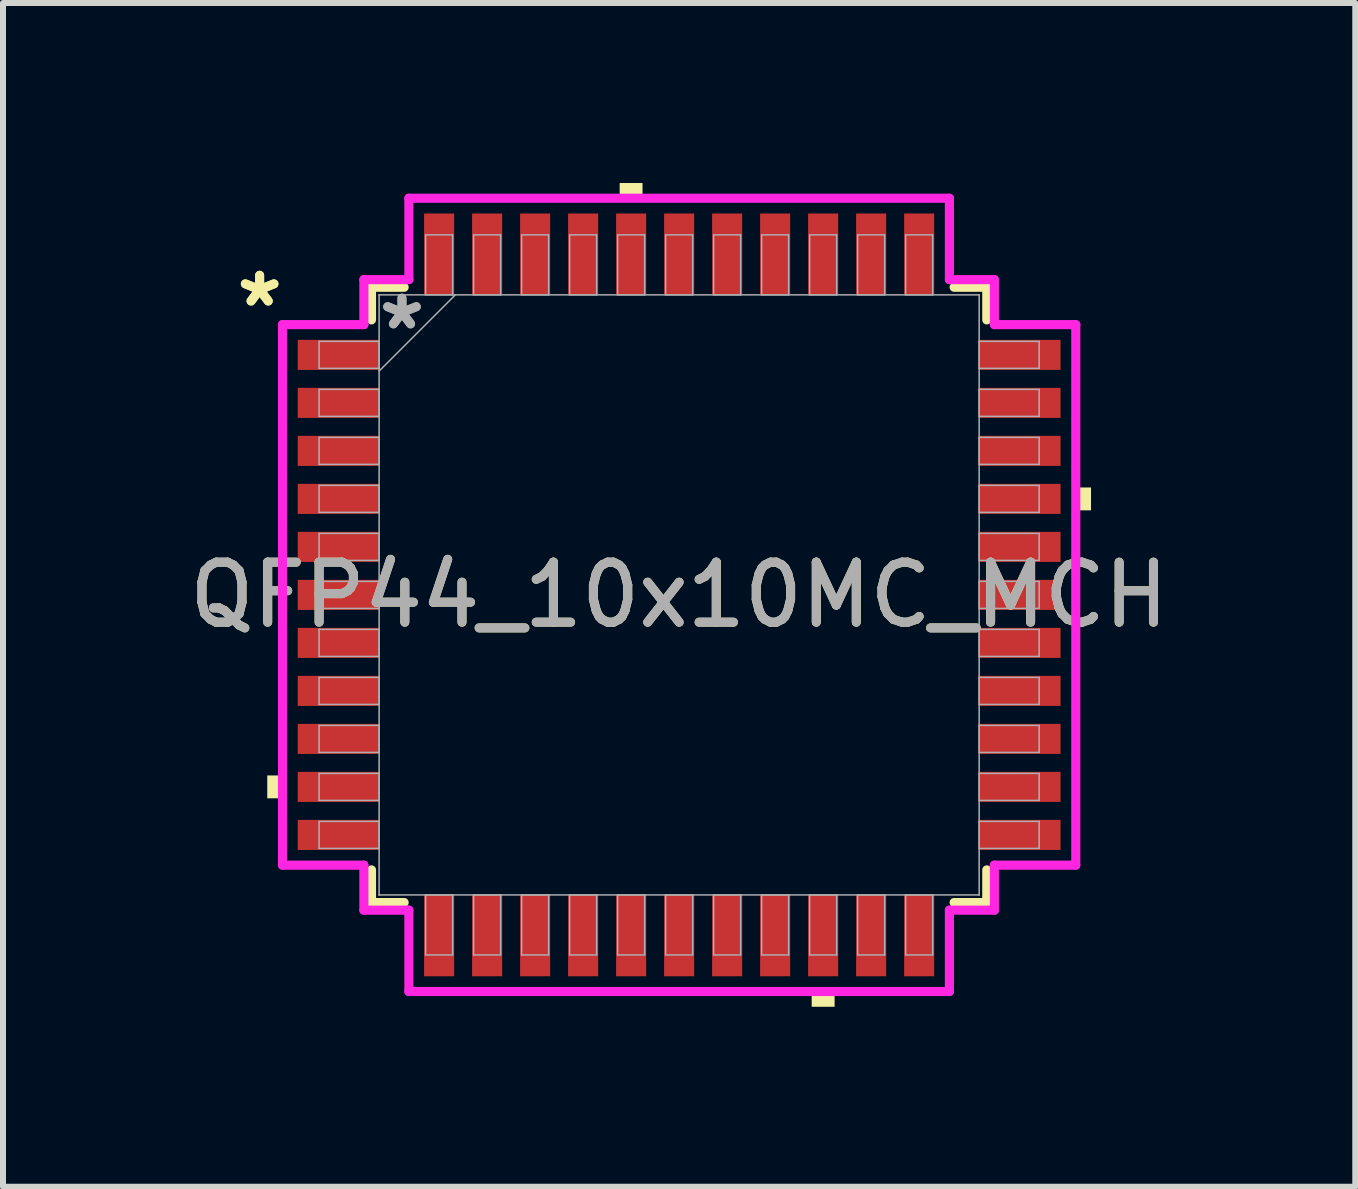
<source format=kicad_pcb>
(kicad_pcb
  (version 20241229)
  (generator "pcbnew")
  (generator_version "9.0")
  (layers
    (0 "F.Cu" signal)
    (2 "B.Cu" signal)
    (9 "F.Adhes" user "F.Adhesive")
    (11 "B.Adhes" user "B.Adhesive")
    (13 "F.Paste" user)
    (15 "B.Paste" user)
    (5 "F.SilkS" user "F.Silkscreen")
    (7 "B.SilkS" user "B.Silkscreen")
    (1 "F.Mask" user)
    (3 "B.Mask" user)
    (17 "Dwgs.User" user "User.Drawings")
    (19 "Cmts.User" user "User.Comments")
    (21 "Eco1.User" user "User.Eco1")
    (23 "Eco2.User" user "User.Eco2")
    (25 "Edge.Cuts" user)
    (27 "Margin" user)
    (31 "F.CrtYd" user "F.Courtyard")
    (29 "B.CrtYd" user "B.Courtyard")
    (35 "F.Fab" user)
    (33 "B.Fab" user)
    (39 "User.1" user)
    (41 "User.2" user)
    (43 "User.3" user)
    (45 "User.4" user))
  (footprint "QFP44_10x10MC_MCH"
    (layer "F.Cu")
    (at 8.268 6.864)
    (property "Reference" "QFP44_10x10MC_MCH" (at 0 0 0) (unlocked yes) (layer "F.SilkS") (effects (font (size 1 1) (thickness 0.15))))
    (attr smd)
    (fp_line (start -5.127 -5.127) (end -5.127 -4.583) (stroke (width 0.152) (type solid)) (layer "F.SilkS"))
    (fp_line (start -5.127 4.583) (end -5.127 5.127) (stroke (width 0.152) (type solid)) (layer "F.SilkS"))
    (fp_line (start -5.127 5.127) (end -4.583 5.127) (stroke (width 0.152) (type solid)) (layer "F.SilkS"))
    (fp_line (start -4.583 -5.127) (end -5.127 -5.127) (stroke (width 0.152) (type solid)) (layer "F.SilkS"))
    (fp_line (start 4.583 5.127) (end 5.127 5.127) (stroke (width 0.152) (type solid)) (layer "F.SilkS"))
    (fp_line (start 5.127 -5.127) (end 4.583 -5.127) (stroke (width 0.152) (type solid)) (layer "F.SilkS"))
    (fp_line (start 5.127 -4.583) (end 5.127 -5.127) (stroke (width 0.152) (type solid)) (layer "F.SilkS"))
    (fp_line (start 5.127 5.127) (end 5.127 4.583) (stroke (width 0.152) (type solid)) (layer "F.SilkS"))
    (fp_poly (pts (xy -6.864 3.009) (xy -6.864 3.39) (xy -6.61 3.39) (xy -6.61 3.009)) (stroke (width 0) (type solid)) (fill yes) (layer "F.SilkS"))
    (fp_poly (pts (xy -0.991 -6.61) (xy -0.991 -6.864) (xy -0.61 -6.864) (xy -0.61 -6.61)) (stroke (width 0) (type solid)) (fill yes) (layer "F.SilkS"))
    (fp_poly (pts (xy 2.209 6.61) (xy 2.209 6.864) (xy 2.591 6.864) (xy 2.591 6.61)) (stroke (width 0) (type solid)) (fill yes) (layer "F.SilkS"))
    (fp_poly (pts (xy 6.864 -1.79) (xy 6.864 -1.409) (xy 6.61 -1.409) (xy 6.61 -1.79)) (stroke (width 0) (type solid)) (fill yes) (layer "F.SilkS"))
    (fp_line (start -6.61 -4.504) (end -5.254 -4.504) (stroke (width 0.152) (type solid)) (layer "F.CrtYd"))
    (fp_line (start -6.61 4.504) (end -6.61 -4.504) (stroke (width 0.152) (type solid)) (layer "F.CrtYd"))
    (fp_line (start -5.254 -5.254) (end -4.504 -5.254) (stroke (width 0.152) (type solid)) (layer "F.CrtYd"))
    (fp_line (start -5.254 -4.504) (end -5.254 -5.254) (stroke (width 0.152) (type solid)) (layer "F.CrtYd"))
    (fp_line (start -5.254 4.504) (end -6.61 4.504) (stroke (width 0.152) (type solid)) (layer "F.CrtYd"))
    (fp_line (start -5.254 5.254) (end -5.254 4.504) (stroke (width 0.152) (type solid)) (layer "F.CrtYd"))
    (fp_line (start -5.254 5.254) (end -4.504 5.254) (stroke (width 0.152) (type solid)) (layer "F.CrtYd"))
    (fp_line (start -4.504 -6.61) (end 4.504 -6.61) (stroke (width 0.152) (type solid)) (layer "F.CrtYd"))
    (fp_line (start -4.504 -5.254) (end -4.504 -6.61) (stroke (width 0.152) (type solid)) (layer "F.CrtYd"))
    (fp_line (start -4.504 5.254) (end -4.504 6.61) (stroke (width 0.152) (type solid)) (layer "F.CrtYd"))
    (fp_line (start -4.504 6.61) (end 4.504 6.61) (stroke (width 0.152) (type solid)) (layer "F.CrtYd"))
    (fp_line (start 4.504 -6.61) (end 4.504 -5.254) (stroke (width 0.152) (type solid)) (layer "F.CrtYd"))
    (fp_line (start 4.504 -5.254) (end 5.254 -5.254) (stroke (width 0.152) (type solid)) (layer "F.CrtYd"))
    (fp_line (start 4.504 5.254) (end 5.254 5.254) (stroke (width 0.152) (type solid)) (layer "F.CrtYd"))
    (fp_line (start 4.504 6.61) (end 4.504 5.254) (stroke (width 0.152) (type solid)) (layer "F.CrtYd"))
    (fp_line (start 5.254 -4.504) (end 5.254 -5.254) (stroke (width 0.152) (type solid)) (layer "F.CrtYd"))
    (fp_line (start 5.254 4.504) (end 6.61 4.504) (stroke (width 0.152) (type solid)) (layer "F.CrtYd"))
    (fp_line (start 5.254 5.254) (end 5.254 4.504) (stroke (width 0.152) (type solid)) (layer "F.CrtYd"))
    (fp_line (start 6.61 -4.504) (end 5.254 -4.504) (stroke (width 0.152) (type solid)) (layer "F.CrtYd"))
    (fp_line (start 6.61 4.504) (end 6.61 -4.504) (stroke (width 0.152) (type solid)) (layer "F.CrtYd"))
    (fp_line (start -6 -4.225) (end -6 -3.775) (stroke (width 0.025) (type solid)) (layer "F.Fab"))
    (fp_line (start -6 -3.775) (end -5 -3.775) (stroke (width 0.025) (type solid)) (layer "F.Fab"))
    (fp_line (start -6 -3.425) (end -6 -2.975) (stroke (width 0.025) (type solid)) (layer "F.Fab"))
    (fp_line (start -6 -2.975) (end -5 -2.975) (stroke (width 0.025) (type solid)) (layer "F.Fab"))
    (fp_line (start -6 -2.625) (end -6 -2.175) (stroke (width 0.025) (type solid)) (layer "F.Fab"))
    (fp_line (start -6 -2.175) (end -5 -2.175) (stroke (width 0.025) (type solid)) (layer "F.Fab"))
    (fp_line (start -6 -1.825) (end -6 -1.375) (stroke (width 0.025) (type solid)) (layer "F.Fab"))
    (fp_line (start -6 -1.375) (end -5 -1.375) (stroke (width 0.025) (type solid)) (layer "F.Fab"))
    (fp_line (start -6 -1.025) (end -6 -0.575) (stroke (width 0.025) (type solid)) (layer "F.Fab"))
    (fp_line (start -6 -0.575) (end -5 -0.575) (stroke (width 0.025) (type solid)) (layer "F.Fab"))
    (fp_line (start -6 -0.225) (end -6 0.225) (stroke (width 0.025) (type solid)) (layer "F.Fab"))
    (fp_line (start -6 0.225) (end -5 0.225) (stroke (width 0.025) (type solid)) (layer "F.Fab"))
    (fp_line (start -6 0.575) (end -6 1.025) (stroke (width 0.025) (type solid)) (layer "F.Fab"))
    (fp_line (start -6 1.025) (end -5 1.025) (stroke (width 0.025) (type solid)) (layer "F.Fab"))
    (fp_line (start -6 1.375) (end -6 1.825) (stroke (width 0.025) (type solid)) (layer "F.Fab"))
    (fp_line (start -6 1.825) (end -5 1.825) (stroke (width 0.025) (type solid)) (layer "F.Fab"))
    (fp_line (start -6 2.175) (end -6 2.625) (stroke (width 0.025) (type solid)) (layer "F.Fab"))
    (fp_line (start -6 2.625) (end -5 2.625) (stroke (width 0.025) (type solid)) (layer "F.Fab"))
    (fp_line (start -6 2.975) (end -6 3.425) (stroke (width 0.025) (type solid)) (layer "F.Fab"))
    (fp_line (start -6 3.425) (end -5 3.425) (stroke (width 0.025) (type solid)) (layer "F.Fab"))
    (fp_line (start -6 3.775) (end -6 4.225) (stroke (width 0.025) (type solid)) (layer "F.Fab"))
    (fp_line (start -6 4.225) (end -5 4.225) (stroke (width 0.025) (type solid)) (layer "F.Fab"))
    (fp_line (start -5 -5) (end -5 -5) (stroke (width 0.025) (type solid)) (layer "F.Fab"))
    (fp_line (start -5 -5) (end -5 5) (stroke (width 0.025) (type solid)) (layer "F.Fab"))
    (fp_line (start -5 -4.225) (end -6 -4.225) (stroke (width 0.025) (type solid)) (layer "F.Fab"))
    (fp_line (start -5 -3.775) (end -5 -4.225) (stroke (width 0.025) (type solid)) (layer "F.Fab"))
    (fp_line (start -5 -3.73) (end -3.73 -5) (stroke (width 0.025) (type solid)) (layer "F.Fab"))
    (fp_line (start -5 -3.425) (end -6 -3.425) (stroke (width 0.025) (type solid)) (layer "F.Fab"))
    (fp_line (start -5 -2.975) (end -5 -3.425) (stroke (width 0.025) (type solid)) (layer "F.Fab"))
    (fp_line (start -5 -2.625) (end -6 -2.625) (stroke (width 0.025) (type solid)) (layer "F.Fab"))
    (fp_line (start -5 -2.175) (end -5 -2.625) (stroke (width 0.025) (type solid)) (layer "F.Fab"))
    (fp_line (start -5 -1.825) (end -6 -1.825) (stroke (width 0.025) (type solid)) (layer "F.Fab"))
    (fp_line (start -5 -1.375) (end -5 -1.825) (stroke (width 0.025) (type solid)) (layer "F.Fab"))
    (fp_line (start -5 -1.025) (end -6 -1.025) (stroke (width 0.025) (type solid)) (layer "F.Fab"))
    (fp_line (start -5 -0.575) (end -5 -1.025) (stroke (width 0.025) (type solid)) (layer "F.Fab"))
    (fp_line (start -5 -0.225) (end -6 -0.225) (stroke (width 0.025) (type solid)) (layer "F.Fab"))
    (fp_line (start -5 0.225) (end -5 -0.225) (stroke (width 0.025) (type solid)) (layer "F.Fab"))
    (fp_line (start -5 0.575) (end -6 0.575) (stroke (width 0.025) (type solid)) (layer "F.Fab"))
    (fp_line (start -5 1.025) (end -5 0.575) (stroke (width 0.025) (type solid)) (layer "F.Fab"))
    (fp_line (start -5 1.375) (end -6 1.375) (stroke (width 0.025) (type solid)) (layer "F.Fab"))
    (fp_line (start -5 1.825) (end -5 1.375) (stroke (width 0.025) (type solid)) (layer "F.Fab"))
    (fp_line (start -5 2.175) (end -6 2.175) (stroke (width 0.025) (type solid)) (layer "F.Fab"))
    (fp_line (start -5 2.625) (end -5 2.175) (stroke (width 0.025) (type solid)) (layer "F.Fab"))
    (fp_line (start -5 2.975) (end -6 2.975) (stroke (width 0.025) (type solid)) (layer "F.Fab"))
    (fp_line (start -5 3.425) (end -5 2.975) (stroke (width 0.025) (type solid)) (layer "F.Fab"))
    (fp_line (start -5 3.775) (end -6 3.775) (stroke (width 0.025) (type solid)) (layer "F.Fab"))
    (fp_line (start -5 4.225) (end -5 3.775) (stroke (width 0.025) (type solid)) (layer "F.Fab"))
    (fp_line (start -5 5) (end -5 5) (stroke (width 0.025) (type solid)) (layer "F.Fab"))
    (fp_line (start -5 5) (end 5 5) (stroke (width 0.025) (type solid)) (layer "F.Fab"))
    (fp_line (start -4.225 5) (end -4.225 6) (stroke (width 0.025) (type solid)) (layer "F.Fab"))
    (fp_line (start -4.225 6) (end -3.775 6) (stroke (width 0.025) (type solid)) (layer "F.Fab"))
    (fp_line (start -4.225 -6) (end -4.225 -5) (stroke (width 0.025) (type solid)) (layer "F.Fab"))
    (fp_line (start -4.225 -5) (end -3.775 -5) (stroke (width 0.025) (type solid)) (layer "F.Fab"))
    (fp_line (start -3.775 5) (end -4.225 5) (stroke (width 0.025) (type solid)) (layer "F.Fab"))
    (fp_line (start -3.775 6) (end -3.775 5) (stroke (width 0.025) (type solid)) (layer "F.Fab"))
    (fp_line (start -3.775 -6) (end -4.225 -6) (stroke (width 0.025) (type solid)) (layer "F.Fab"))
    (fp_line (start -3.775 -5) (end -3.775 -6) (stroke (width 0.025) (type solid)) (layer "F.Fab"))
    (fp_line (start -3.425 -6) (end -3.425 -5) (stroke (width 0.025) (type solid)) (layer "F.Fab"))
    (fp_line (start -3.425 -5) (end -2.975 -5) (stroke (width 0.025) (type solid)) (layer "F.Fab"))
    (fp_line (start -3.425 5) (end -3.425 6) (stroke (width 0.025) (type solid)) (layer "F.Fab"))
    (fp_line (start -3.425 6) (end -2.975 6) (stroke (width 0.025) (type solid)) (layer "F.Fab"))
    (fp_line (start -2.975 5) (end -3.425 5) (stroke (width 0.025) (type solid)) (layer "F.Fab"))
    (fp_line (start -2.975 6) (end -2.975 5) (stroke (width 0.025) (type solid)) (layer "F.Fab"))
    (fp_line (start -2.975 -6) (end -3.425 -6) (stroke (width 0.025) (type solid)) (layer "F.Fab"))
    (fp_line (start -2.975 -5) (end -2.975 -6) (stroke (width 0.025) (type solid)) (layer "F.Fab"))
    (fp_line (start -2.625 -6) (end -2.625 -5) (stroke (width 0.025) (type solid)) (layer "F.Fab"))
    (fp_line (start -2.625 -5) (end -2.175 -5) (stroke (width 0.025) (type solid)) (layer "F.Fab"))
    (fp_line (start -2.625 5) (end -2.625 6) (stroke (width 0.025) (type solid)) (layer "F.Fab"))
    (fp_line (start -2.625 6) (end -2.175 6) (stroke (width 0.025) (type solid)) (layer "F.Fab"))
    (fp_line (start -2.175 -6) (end -2.625 -6) (stroke (width 0.025) (type solid)) (layer "F.Fab"))
    (fp_line (start -2.175 -5) (end -2.175 -6) (stroke (width 0.025) (type solid)) (layer "F.Fab"))
    (fp_line (start -2.175 5) (end -2.625 5) (stroke (width 0.025) (type solid)) (layer "F.Fab"))
    (fp_line (start -2.175 6) (end -2.175 5) (stroke (width 0.025) (type solid)) (layer "F.Fab"))
    (fp_line (start -1.825 -6) (end -1.825 -5) (stroke (width 0.025) (type solid)) (layer "F.Fab"))
    (fp_line (start -1.825 -5) (end -1.375 -5) (stroke (width 0.025) (type solid)) (layer "F.Fab"))
    (fp_line (start -1.825 5) (end -1.825 6) (stroke (width 0.025) (type solid)) (layer "F.Fab"))
    (fp_line (start -1.825 6) (end -1.375 6) (stroke (width 0.025) (type solid)) (layer "F.Fab"))
    (fp_line (start -1.375 -6) (end -1.825 -6) (stroke (width 0.025) (type solid)) (layer "F.Fab"))
    (fp_line (start -1.375 -5) (end -1.375 -6) (stroke (width 0.025) (type solid)) (layer "F.Fab"))
    (fp_line (start -1.375 5) (end -1.825 5) (stroke (width 0.025) (type solid)) (layer "F.Fab"))
    (fp_line (start -1.375 6) (end -1.375 5) (stroke (width 0.025) (type solid)) (layer "F.Fab"))
    (fp_line (start -1.025 -6) (end -1.025 -5) (stroke (width 0.025) (type solid)) (layer "F.Fab"))
    (fp_line (start -1.025 -5) (end -0.575 -5) (stroke (width 0.025) (type solid)) (layer "F.Fab"))
    (fp_line (start -1.025 5) (end -1.025 6) (stroke (width 0.025) (type solid)) (layer "F.Fab"))
    (fp_line (start -1.025 6) (end -0.575 6) (stroke (width 0.025) (type solid)) (layer "F.Fab"))
    (fp_line (start -0.575 -6) (end -1.025 -6) (stroke (width 0.025) (type solid)) (layer "F.Fab"))
    (fp_line (start -0.575 -5) (end -0.575 -6) (stroke (width 0.025) (type solid)) (layer "F.Fab"))
    (fp_line (start -0.575 5) (end -1.025 5) (stroke (width 0.025) (type solid)) (layer "F.Fab"))
    (fp_line (start -0.575 6) (end -0.575 5) (stroke (width 0.025) (type solid)) (layer "F.Fab"))
    (fp_line (start -0.225 -6) (end -0.225 -5) (stroke (width 0.025) (type solid)) (layer "F.Fab"))
    (fp_line (start -0.225 -5) (end 0.225 -5) (stroke (width 0.025) (type solid)) (layer "F.Fab"))
    (fp_line (start -0.225 5) (end -0.225 6) (stroke (width 0.025) (type solid)) (layer "F.Fab"))
    (fp_line (start -0.225 6) (end 0.225 6) (stroke (width 0.025) (type solid)) (layer "F.Fab"))
    (fp_line (start 0.225 -6) (end -0.225 -6) (stroke (width 0.025) (type solid)) (layer "F.Fab"))
    (fp_line (start 0.225 -5) (end 0.225 -6) (stroke (width 0.025) (type solid)) (layer "F.Fab"))
    (fp_line (start 0.225 5) (end -0.225 5) (stroke (width 0.025) (type solid)) (layer "F.Fab"))
    (fp_line (start 0.225 6) (end 0.225 5) (stroke (width 0.025) (type solid)) (layer "F.Fab"))
    (fp_line (start 0.575 -6) (end 0.575 -5) (stroke (width 0.025) (type solid)) (layer "F.Fab"))
    (fp_line (start 0.575 -5) (end 1.025 -5) (stroke (width 0.025) (type solid)) (layer "F.Fab"))
    (fp_line (start 0.575 5) (end 0.575 6) (stroke (width 0.025) (type solid)) (layer "F.Fab"))
    (fp_line (start 0.575 6) (end 1.025 6) (stroke (width 0.025) (type solid)) (layer "F.Fab"))
    (fp_line (start 1.025 -6) (end 0.575 -6) (stroke (width 0.025) (type solid)) (layer "F.Fab"))
    (fp_line (start 1.025 -5) (end 1.025 -6) (stroke (width 0.025) (type solid)) (layer "F.Fab"))
    (fp_line (start 1.025 5) (end 0.575 5) (stroke (width 0.025) (type solid)) (layer "F.Fab"))
    (fp_line (start 1.025 6) (end 1.025 5) (stroke (width 0.025) (type solid)) (layer "F.Fab"))
    (fp_line (start 1.375 -6) (end 1.375 -5) (stroke (width 0.025) (type solid)) (layer "F.Fab"))
    (fp_line (start 1.375 -5) (end 1.825 -5) (stroke (width 0.025) (type solid)) (layer "F.Fab"))
    (fp_line (start 1.375 5) (end 1.375 6) (stroke (width 0.025) (type solid)) (layer "F.Fab"))
    (fp_line (start 1.375 6) (end 1.825 6) (stroke (width 0.025) (type solid)) (layer "F.Fab"))
    (fp_line (start 1.825 -6) (end 1.375 -6) (stroke (width 0.025) (type solid)) (layer "F.Fab"))
    (fp_line (start 1.825 -5) (end 1.825 -6) (stroke (width 0.025) (type solid)) (layer "F.Fab"))
    (fp_line (start 1.825 5) (end 1.375 5) (stroke (width 0.025) (type solid)) (layer "F.Fab"))
    (fp_line (start 1.825 6) (end 1.825 5) (stroke (width 0.025) (type solid)) (layer "F.Fab"))
    (fp_line (start 2.175 -6) (end 2.175 -5) (stroke (width 0.025) (type solid)) (layer "F.Fab"))
    (fp_line (start 2.175 -5) (end 2.625 -5) (stroke (width 0.025) (type solid)) (layer "F.Fab"))
    (fp_line (start 2.175 5) (end 2.175 6) (stroke (width 0.025) (type solid)) (layer "F.Fab"))
    (fp_line (start 2.175 6) (end 2.625 6) (stroke (width 0.025) (type solid)) (layer "F.Fab"))
    (fp_line (start 2.625 -6) (end 2.175 -6) (stroke (width 0.025) (type solid)) (layer "F.Fab"))
    (fp_line (start 2.625 -5) (end 2.625 -6) (stroke (width 0.025) (type solid)) (layer "F.Fab"))
    (fp_line (start 2.625 5) (end 2.175 5) (stroke (width 0.025) (type solid)) (layer "F.Fab"))
    (fp_line (start 2.625 6) (end 2.625 5) (stroke (width 0.025) (type solid)) (layer "F.Fab"))
    (fp_line (start 2.975 5) (end 2.975 6) (stroke (width 0.025) (type solid)) (layer "F.Fab"))
    (fp_line (start 2.975 6) (end 3.425 6) (stroke (width 0.025) (type solid)) (layer "F.Fab"))
    (fp_line (start 2.975 -6) (end 2.975 -5) (stroke (width 0.025) (type solid)) (layer "F.Fab"))
    (fp_line (start 2.975 -5) (end 3.425 -5) (stroke (width 0.025) (type solid)) (layer "F.Fab"))
    (fp_line (start 3.425 -6) (end 2.975 -6) (stroke (width 0.025) (type solid)) (layer "F.Fab"))
    (fp_line (start 3.425 -5) (end 3.425 -6) (stroke (width 0.025) (type solid)) (layer "F.Fab"))
    (fp_line (start 3.425 5) (end 2.975 5) (stroke (width 0.025) (type solid)) (layer "F.Fab"))
    (fp_line (start 3.425 6) (end 3.425 5) (stroke (width 0.025) (type solid)) (layer "F.Fab"))
    (fp_line (start 3.775 5) (end 3.775 6) (stroke (width 0.025) (type solid)) (layer "F.Fab"))
    (fp_line (start 3.775 6) (end 4.225 6) (stroke (width 0.025) (type solid)) (layer "F.Fab"))
    (fp_line (start 3.775 -6) (end 3.775 -5) (stroke (width 0.025) (type solid)) (layer "F.Fab"))
    (fp_line (start 3.775 -5) (end 4.225 -5) (stroke (width 0.025) (type solid)) (layer "F.Fab"))
    (fp_line (start 4.225 5) (end 3.775 5) (stroke (width 0.025) (type solid)) (layer "F.Fab"))
    (fp_line (start 4.225 6) (end 4.225 5) (stroke (width 0.025) (type solid)) (layer "F.Fab"))
    (fp_line (start 4.225 -6) (end 3.775 -6) (stroke (width 0.025) (type solid)) (layer "F.Fab"))
    (fp_line (start 4.225 -5) (end 4.225 -6) (stroke (width 0.025) (type solid)) (layer "F.Fab"))
    (fp_line (start 5 -5) (end -5 -5) (stroke (width 0.025) (type solid)) (layer "F.Fab"))
    (fp_line (start 5 -5) (end 5 -5) (stroke (width 0.025) (type solid)) (layer "F.Fab"))
    (fp_line (start 5 -4.225) (end 5 -3.775) (stroke (width 0.025) (type solid)) (layer "F.Fab"))
    (fp_line (start 5 -3.775) (end 6 -3.775) (stroke (width 0.025) (type solid)) (layer "F.Fab"))
    (fp_line (start 5 -3.425) (end 5 -2.975) (stroke (width 0.025) (type solid)) (layer "F.Fab"))
    (fp_line (start 5 -2.975) (end 6 -2.975) (stroke (width 0.025) (type solid)) (layer "F.Fab"))
    (fp_line (start 5 -2.625) (end 5 -2.175) (stroke (width 0.025) (type solid)) (layer "F.Fab"))
    (fp_line (start 5 -2.175) (end 6 -2.175) (stroke (width 0.025) (type solid)) (layer "F.Fab"))
    (fp_line (start 5 -1.825) (end 5 -1.375) (stroke (width 0.025) (type solid)) (layer "F.Fab"))
    (fp_line (start 5 -1.375) (end 6 -1.375) (stroke (width 0.025) (type solid)) (layer "F.Fab"))
    (fp_line (start 5 -1.025) (end 5 -0.575) (stroke (width 0.025) (type solid)) (layer "F.Fab"))
    (fp_line (start 5 -0.575) (end 6 -0.575) (stroke (width 0.025) (type solid)) (layer "F.Fab"))
    (fp_line (start 5 -0.225) (end 5 0.225) (stroke (width 0.025) (type solid)) (layer "F.Fab"))
    (fp_line (start 5 0.225) (end 6 0.225) (stroke (width 0.025) (type solid)) (layer "F.Fab"))
    (fp_line (start 5 0.575) (end 5 1.025) (stroke (width 0.025) (type solid)) (layer "F.Fab"))
    (fp_line (start 5 1.025) (end 6 1.025) (stroke (width 0.025) (type solid)) (layer "F.Fab"))
    (fp_line (start 5 1.375) (end 5 1.825) (stroke (width 0.025) (type solid)) (layer "F.Fab"))
    (fp_line (start 5 1.825) (end 6 1.825) (stroke (width 0.025) (type solid)) (layer "F.Fab"))
    (fp_line (start 5 2.175) (end 5 2.625) (stroke (width 0.025) (type solid)) (layer "F.Fab"))
    (fp_line (start 5 2.625) (end 6 2.625) (stroke (width 0.025) (type solid)) (layer "F.Fab"))
    (fp_line (start 5 2.975) (end 5 3.425) (stroke (width 0.025) (type solid)) (layer "F.Fab"))
    (fp_line (start 5 3.425) (end 6 3.425) (stroke (width 0.025) (type solid)) (layer "F.Fab"))
    (fp_line (start 5 3.775) (end 5 4.225) (stroke (width 0.025) (type solid)) (layer "F.Fab"))
    (fp_line (start 5 4.225) (end 6 4.225) (stroke (width 0.025) (type solid)) (layer "F.Fab"))
    (fp_line (start 5 5) (end 5 -5) (stroke (width 0.025) (type solid)) (layer "F.Fab"))
    (fp_line (start 5 5) (end 5 5) (stroke (width 0.025) (type solid)) (layer "F.Fab"))
    (fp_line (start 6 -4.225) (end 5 -4.225) (stroke (width 0.025) (type solid)) (layer "F.Fab"))
    (fp_line (start 6 -3.775) (end 6 -4.225) (stroke (width 0.025) (type solid)) (layer "F.Fab"))
    (fp_line (start 6 -3.425) (end 5 -3.425) (stroke (width 0.025) (type solid)) (layer "F.Fab"))
    (fp_line (start 6 -2.975) (end 6 -3.425) (stroke (width 0.025) (type solid)) (layer "F.Fab"))
    (fp_line (start 6 -2.625) (end 5 -2.625) (stroke (width 0.025) (type solid)) (layer "F.Fab"))
    (fp_line (start 6 -2.175) (end 6 -2.625) (stroke (width 0.025) (type solid)) (layer "F.Fab"))
    (fp_line (start 6 -1.825) (end 5 -1.825) (stroke (width 0.025) (type solid)) (layer "F.Fab"))
    (fp_line (start 6 -1.375) (end 6 -1.825) (stroke (width 0.025) (type solid)) (layer "F.Fab"))
    (fp_line (start 6 -1.025) (end 5 -1.025) (stroke (width 0.025) (type solid)) (layer "F.Fab"))
    (fp_line (start 6 -0.575) (end 6 -1.025) (stroke (width 0.025) (type solid)) (layer "F.Fab"))
    (fp_line (start 6 -0.225) (end 5 -0.225) (stroke (width 0.025) (type solid)) (layer "F.Fab"))
    (fp_line (start 6 0.225) (end 6 -0.225) (stroke (width 0.025) (type solid)) (layer "F.Fab"))
    (fp_line (start 6 0.575) (end 5 0.575) (stroke (width 0.025) (type solid)) (layer "F.Fab"))
    (fp_line (start 6 1.025) (end 6 0.575) (stroke (width 0.025) (type solid)) (layer "F.Fab"))
    (fp_line (start 6 1.375) (end 5 1.375) (stroke (width 0.025) (type solid)) (layer "F.Fab"))
    (fp_line (start 6 1.825) (end 6 1.375) (stroke (width 0.025) (type solid)) (layer "F.Fab"))
    (fp_line (start 6 2.175) (end 5 2.175) (stroke (width 0.025) (type solid)) (layer "F.Fab"))
    (fp_line (start 6 2.625) (end 6 2.175) (stroke (width 0.025) (type solid)) (layer "F.Fab"))
    (fp_line (start 6 2.975) (end 5 2.975) (stroke (width 0.025) (type solid)) (layer "F.Fab"))
    (fp_line (start 6 3.425) (end 6 2.975) (stroke (width 0.025) (type solid)) (layer "F.Fab"))
    (fp_line (start 6 3.775) (end 5 3.775) (stroke (width 0.025) (type solid)) (layer "F.Fab"))
    (fp_line (start 6 4.225) (end 6 3.775) (stroke (width 0.025) (type solid)) (layer "F.Fab"))
    (fp_text user "*" (at -6.991 -4.781 0) (unlocked yes) (layer "F.SilkS") (effects (font (size 1 1) (thickness 0.15))))
    (fp_text user "*" (at -6.991 -4.781 0) (layer "F.SilkS") (effects (font (size 1 1) (thickness 0.15))))
    (fp_text user "*" (at -4.619 -4.4 0) (unlocked yes) (layer "F.Fab") (effects (font (size 1 1) (thickness 0.15))))
    (fp_text user "${REFERENCE}" (at 0 0 0) (unlocked yes) (layer "F.Fab") (effects (font (size 1 1) (thickness 0.15))))
    (fp_text user "*" (at -4.619 -4.4 0) (layer "F.Fab") (effects (font (size 1 1) (thickness 0.15))))
    (pad "1" smd rect (at -5.678 -4 90) (size 0.501 1.356) (layers "F.Cu" "F.Mask" "F.Paste"))
    (pad "2" smd rect (at -5.678 -3.2 90) (size 0.501 1.356) (layers "F.Cu" "F.Mask" "F.Paste"))
    (pad "3" smd rect (at -5.678 -2.4 90) (size 0.501 1.356) (layers "F.Cu" "F.Mask" "F.Paste"))
    (pad "4" smd rect (at -5.678 -1.6 90) (size 0.501 1.356) (layers "F.Cu" "F.Mask" "F.Paste"))
    (pad "5" smd rect (at -5.678 -0.8 90) (size 0.501 1.356) (layers "F.Cu" "F.Mask" "F.Paste"))
    (pad "6" smd rect (at -5.678 0 90) (size 0.501 1.356) (layers "F.Cu" "F.Mask" "F.Paste"))
    (pad "7" smd rect (at -5.678 0.8 90) (size 0.501 1.356) (layers "F.Cu" "F.Mask" "F.Paste"))
    (pad "8" smd rect (at -5.678 1.6 90) (size 0.501 1.356) (layers "F.Cu" "F.Mask" "F.Paste"))
    (pad "9" smd rect (at -5.678 2.4 90) (size 0.501 1.356) (layers "F.Cu" "F.Mask" "F.Paste"))
    (pad "10" smd rect (at -5.678 3.2 90) (size 0.501 1.356) (layers "F.Cu" "F.Mask" "F.Paste"))
    (pad "11" smd rect (at -5.678 4 90) (size 0.501 1.356) (layers "F.Cu" "F.Mask" "F.Paste"))
    (pad "12" smd rect (at -4 5.678) (size 0.501 1.356) (layers "F.Cu" "F.Mask" "F.Paste"))
    (pad "13" smd rect (at -3.2 5.678) (size 0.501 1.356) (layers "F.Cu" "F.Mask" "F.Paste"))
    (pad "14" smd rect (at -2.4 5.678) (size 0.501 1.356) (layers "F.Cu" "F.Mask" "F.Paste"))
    (pad "15" smd rect (at -1.6 5.678) (size 0.501 1.356) (layers "F.Cu" "F.Mask" "F.Paste"))
    (pad "16" smd rect (at -0.8 5.678) (size 0.501 1.356) (layers "F.Cu" "F.Mask" "F.Paste"))
    (pad "17" smd rect (at 0 5.678) (size 0.501 1.356) (layers "F.Cu" "F.Mask" "F.Paste"))
    (pad "18" smd rect (at 0.8 5.678) (size 0.501 1.356) (layers "F.Cu" "F.Mask" "F.Paste"))
    (pad "19" smd rect (at 1.6 5.678) (size 0.501 1.356) (layers "F.Cu" "F.Mask" "F.Paste"))
    (pad "20" smd rect (at 2.4 5.678) (size 0.501 1.356) (layers "F.Cu" "F.Mask" "F.Paste"))
    (pad "21" smd rect (at 3.2 5.678) (size 0.501 1.356) (layers "F.Cu" "F.Mask" "F.Paste"))
    (pad "22" smd rect (at 4 5.678) (size 0.501 1.356) (layers "F.Cu" "F.Mask" "F.Paste"))
    (pad "23" smd rect (at 5.678 4 90) (size 0.501 1.356) (layers "F.Cu" "F.Mask" "F.Paste"))
    (pad "24" smd rect (at 5.678 3.2 90) (size 0.501 1.356) (layers "F.Cu" "F.Mask" "F.Paste"))
    (pad "25" smd rect (at 5.678 2.4 90) (size 0.501 1.356) (layers "F.Cu" "F.Mask" "F.Paste"))
    (pad "26" smd rect (at 5.678 1.6 90) (size 0.501 1.356) (layers "F.Cu" "F.Mask" "F.Paste"))
    (pad "27" smd rect (at 5.678 0.8 90) (size 0.501 1.356) (layers "F.Cu" "F.Mask" "F.Paste"))
    (pad "28" smd rect (at 5.678 0 90) (size 0.501 1.356) (layers "F.Cu" "F.Mask" "F.Paste"))
    (pad "29" smd rect (at 5.678 -0.8 90) (size 0.501 1.356) (layers "F.Cu" "F.Mask" "F.Paste"))
    (pad "30" smd rect (at 5.678 -1.6 90) (size 0.501 1.356) (layers "F.Cu" "F.Mask" "F.Paste"))
    (pad "31" smd rect (at 5.678 -2.4 90) (size 0.501 1.356) (layers "F.Cu" "F.Mask" "F.Paste"))
    (pad "32" smd rect (at 5.678 -3.2 90) (size 0.501 1.356) (layers "F.Cu" "F.Mask" "F.Paste"))
    (pad "33" smd rect (at 5.678 -4 90) (size 0.501 1.356) (layers "F.Cu" "F.Mask" "F.Paste"))
    (pad "34" smd rect (at 4 -5.678) (size 0.501 1.356) (layers "F.Cu" "F.Mask" "F.Paste"))
    (pad "35" smd rect (at 3.2 -5.678) (size 0.501 1.356) (layers "F.Cu" "F.Mask" "F.Paste"))
    (pad "36" smd rect (at 2.4 -5.678) (size 0.501 1.356) (layers "F.Cu" "F.Mask" "F.Paste"))
    (pad "37" smd rect (at 1.6 -5.678) (size 0.501 1.356) (layers "F.Cu" "F.Mask" "F.Paste"))
    (pad "38" smd rect (at 0.8 -5.678) (size 0.501 1.356) (layers "F.Cu" "F.Mask" "F.Paste"))
    (pad "39" smd rect (at 0 -5.678) (size 0.501 1.356) (layers "F.Cu" "F.Mask" "F.Paste"))
    (pad "40" smd rect (at -0.8 -5.678) (size 0.501 1.356) (layers "F.Cu" "F.Mask" "F.Paste"))
    (pad "41" smd rect (at -1.6 -5.678) (size 0.501 1.356) (layers "F.Cu" "F.Mask" "F.Paste"))
    (pad "42" smd rect (at -2.4 -5.678) (size 0.501 1.356) (layers "F.Cu" "F.Mask" "F.Paste"))
    (pad "43" smd rect (at -3.2 -5.678) (size 0.501 1.356) (layers "F.Cu" "F.Mask" "F.Paste"))
    (pad "44" smd rect (at -4 -5.678) (size 0.501 1.356) (layers "F.Cu" "F.Mask" "F.Paste")))
  (gr_rect
    (start -3 -3)
    (end 19.536 16.727)
    (stroke (width 0.1) (type default))
    (fill no)
    (layer "Edge.Cuts")))
</source>
